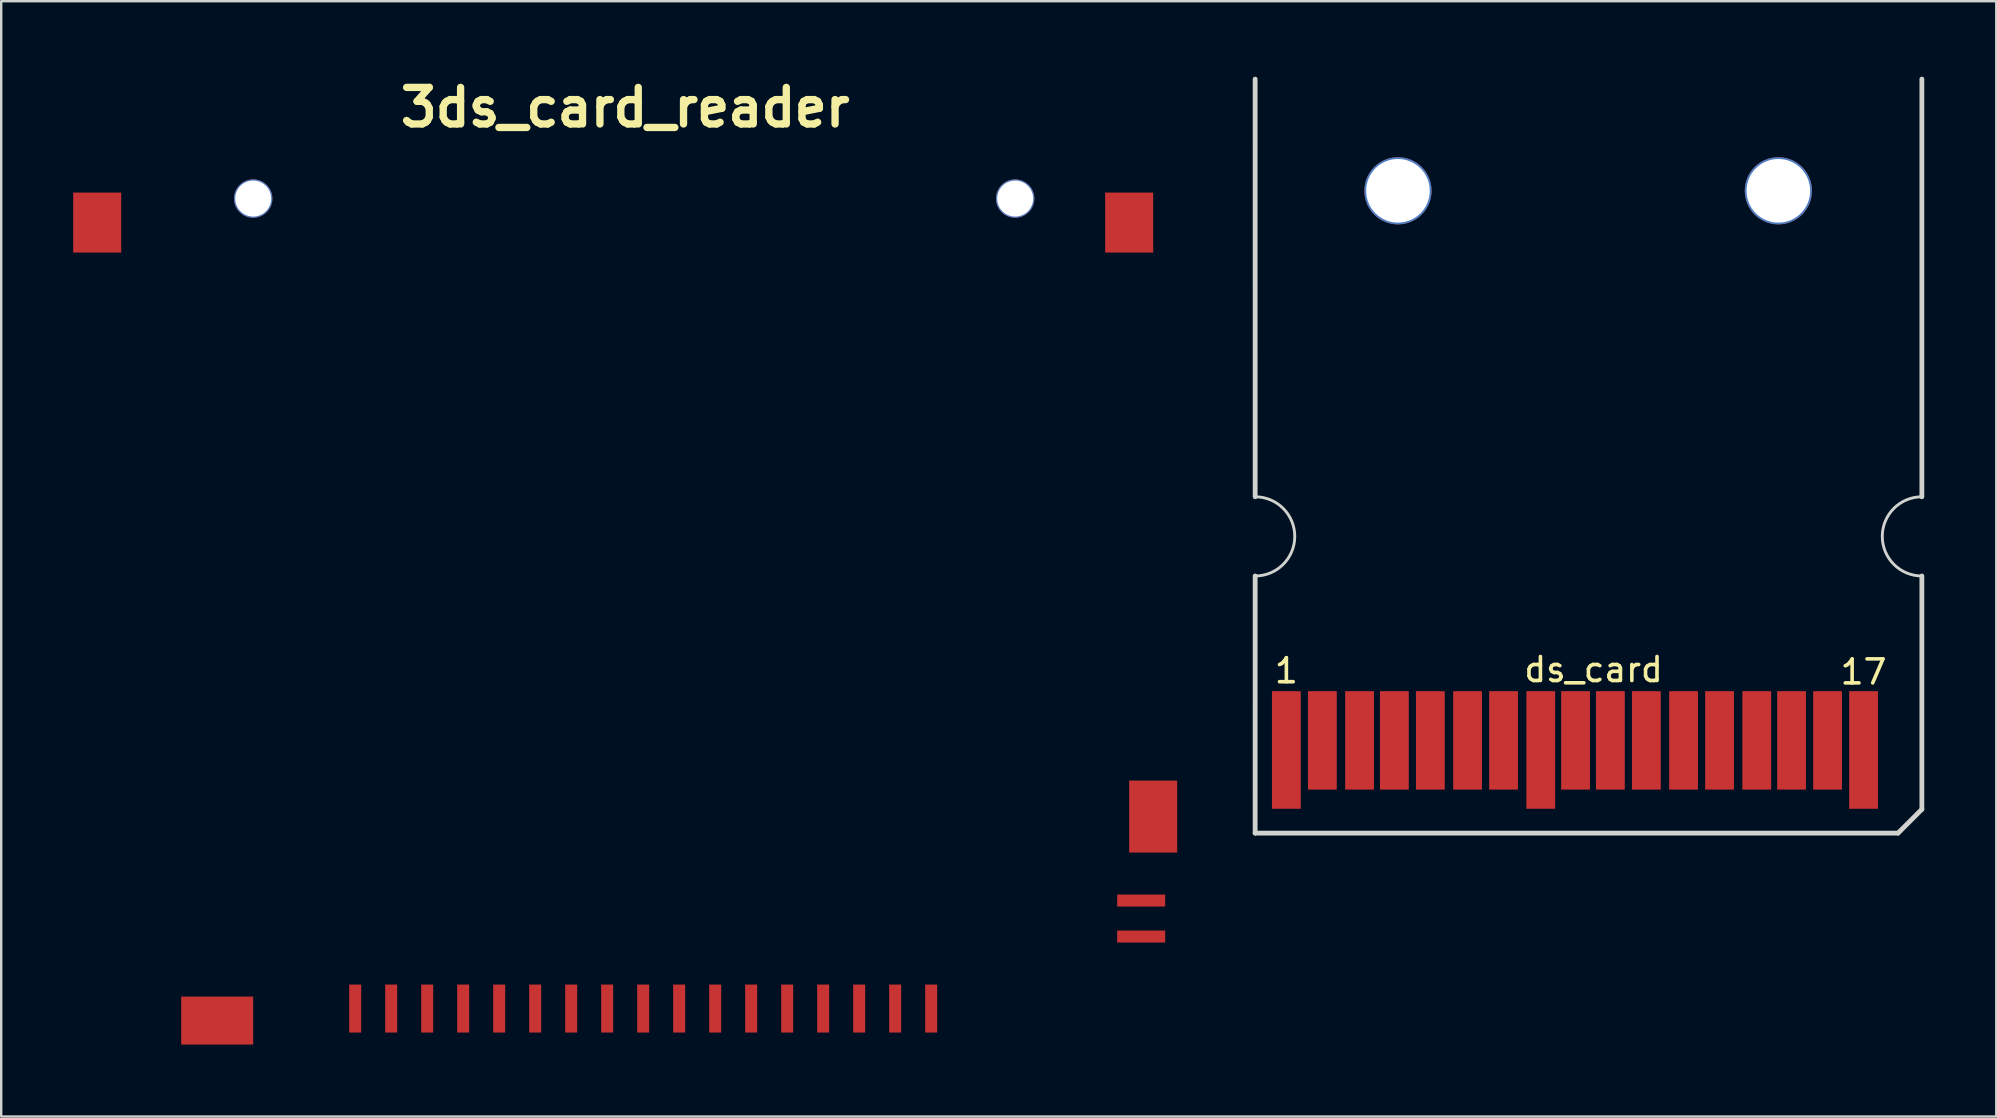
<source format=kicad_pcb>
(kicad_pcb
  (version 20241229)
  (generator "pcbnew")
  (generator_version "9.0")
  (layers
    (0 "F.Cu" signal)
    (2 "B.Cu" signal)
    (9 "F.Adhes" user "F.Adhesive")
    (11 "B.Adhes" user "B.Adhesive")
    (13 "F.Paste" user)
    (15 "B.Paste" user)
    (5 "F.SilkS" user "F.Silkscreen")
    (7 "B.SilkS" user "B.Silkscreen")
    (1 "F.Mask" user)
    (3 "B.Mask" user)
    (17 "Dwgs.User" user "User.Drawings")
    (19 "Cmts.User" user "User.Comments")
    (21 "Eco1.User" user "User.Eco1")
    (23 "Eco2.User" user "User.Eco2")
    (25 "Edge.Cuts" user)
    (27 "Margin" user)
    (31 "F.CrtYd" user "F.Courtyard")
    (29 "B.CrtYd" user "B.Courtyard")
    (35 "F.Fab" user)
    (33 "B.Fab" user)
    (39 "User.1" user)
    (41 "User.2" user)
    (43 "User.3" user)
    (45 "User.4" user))
  (footprint "ds_card"
    (layer "F.Cu")
    (at 49.25 0.25)
    (property "Reference" "ds_card" (at 14.1 24.6 0) (layer "F.SilkS") (effects (font (size 1 1) (thickness 0.15))))
    (attr through_hole)
    (fp_poly (pts (xy 27.8 30.4) (xy 26.8 31.4) (xy 0 31.4) (xy 0 25.5) (xy 27.8 25.5)) (stroke (width 0.1) (type solid)) (fill yes) (layer "F.Mask"))
    (fp_line (start -0.001 -0.005) (end 0 17.4) (stroke (width 0.2) (type solid)) (layer "Edge.Cuts"))
    (fp_line (start -0.001 31.414) (end 26.788 31.414) (stroke (width 0.2) (type solid)) (layer "Edge.Cuts"))
    (fp_line (start 0 20.7) (end -0.001 31.414) (stroke (width 0.2) (type solid)) (layer "Edge.Cuts"))
    (fp_line (start 26.788 31.414) (end 27.78 30.422) (stroke (width 0.2) (type solid)) (layer "Edge.Cuts"))
    (fp_line (start 27.78 17.4) (end 27.78 -0.005) (stroke (width 0.2) (type solid)) (layer "Edge.Cuts"))
    (fp_line (start 27.78 30.422) (end 27.78 20.7) (stroke (width 0.2) (type solid)) (layer "Edge.Cuts"))
    (fp_arc (start 0 17.4) (mid 1.65 19.05) (end 0 20.7) (stroke (width 0.12) (type solid)) (layer "Edge.Cuts"))
    (fp_arc (start 27.780209 20.7) (mid 26.130209 19.05) (end 27.780209 17.4) (stroke (width 0.12) (type solid)) (layer "Edge.Cuts"))
    (fp_text user "1" (at 1.3 24.65 0) (layer "F.SilkS") (effects (font (size 1 1) (thickness 0.15))))
    (fp_text user "17" (at 25.35 24.7 0) (layer "F.SilkS") (effects (font (size 1 1) (thickness 0.15))))
    (pad "" np_thru_hole circle (at 5.95 4.65) (size 2.8 2.8) (drill 2.65) (layers "*.Cu" "*.Mask"))
    (pad "" np_thru_hole circle (at 21.8 4.65) (size 2.8 2.8) (drill 2.65) (layers "*.Cu" "*.Mask"))
    (pad "1" smd rect (at 1.3 27.95) (size 1.2 4.9) (layers "F.Cu" "F.Mask" "F.Paste"))
    (pad "2" smd rect (at 2.8 27.55) (size 1.2 4.1) (layers "F.Cu" "F.Mask" "F.Paste"))
    (pad "3" smd rect (at 4.35 27.55) (size 1.2 4.1) (layers "F.Cu" "F.Mask" "F.Paste"))
    (pad "4" smd rect (at 5.8 27.55) (size 1.2 4.1) (layers "F.Cu" "F.Mask" "F.Paste"))
    (pad "5" smd rect (at 7.3 27.55) (size 1.2 4.1) (layers "F.Cu" "F.Mask" "F.Paste"))
    (pad "6" smd rect (at 8.85 27.55) (size 1.2 4.1) (layers "F.Cu" "F.Mask" "F.Paste"))
    (pad "7" smd rect (at 10.35 27.55) (size 1.2 4.1) (layers "F.Cu" "F.Mask" "F.Paste"))
    (pad "8" smd rect (at 11.9 27.95) (size 1.2 4.9) (layers "F.Cu" "F.Mask" "F.Paste"))
    (pad "9" smd rect (at 13.35 27.55) (size 1.2 4.1) (layers "F.Cu" "F.Mask" "F.Paste"))
    (pad "10" smd rect (at 14.8 27.55) (size 1.2 4.1) (layers "F.Cu" "F.Mask" "F.Paste"))
    (pad "11" smd rect (at 16.3 27.55) (size 1.2 4.1) (layers "F.Cu" "F.Mask" "F.Paste"))
    (pad "12" smd rect (at 17.85 27.55) (size 1.2 4.1) (layers "F.Cu" "F.Mask" "F.Paste"))
    (pad "13" smd rect (at 19.35 27.55) (size 1.2 4.1) (layers "F.Cu" "F.Mask" "F.Paste"))
    (pad "14" smd rect (at 20.9 27.55) (size 1.2 4.1) (layers "F.Cu" "F.Mask" "F.Paste"))
    (pad "15" smd rect (at 22.35 27.55) (size 1.2 4.1) (layers "F.Cu" "F.Mask" "F.Paste"))
    (pad "16" smd rect (at 23.85 27.55) (size 1.2 4.1) (layers "F.Cu" "F.Mask" "F.Paste"))
    (pad "17" smd rect (at 25.35 27.95) (size 1.2 4.9) (layers "F.Cu" "F.Mask" "F.Paste")))
  (footprint "3ds_card_reader"
    (layer "F.Cu")
    (at 23 22.474)
    (property "Reference" "3ds_card_reader" (at 0 -21.048 0) (layer "F.SilkS") (effects (font (size 1.524 1.524) (thickness 0.305))))
    (attr smd)
    (pad "" np_thru_hole circle (at -15.5 -17.25 90) (size 1.6 1.6) (drill 1.5) (layers "*.Cu" "*.Mask"))
    (pad "" np_thru_hole circle (at 16.25 -17.25 90) (size 1.6 1.6) (drill 1.5) (layers "*.Cu" "*.Mask"))
    (pad "1" smd rect (at 12.75 16.5) (size 0.5 2) (layers "F.Cu" "F.Mask" "F.Paste"))
    (pad "2" smd rect (at 11.25 16.5) (size 0.5 2) (layers "F.Cu" "F.Mask" "F.Paste"))
    (pad "3" smd rect (at 9.75 16.5) (size 0.5 2) (layers "F.Cu" "F.Mask" "F.Paste"))
    (pad "4" smd rect (at 8.25 16.5) (size 0.5 2) (layers "F.Cu" "F.Mask" "F.Paste"))
    (pad "5" smd rect (at 6.75 16.5) (size 0.5 2) (layers "F.Cu" "F.Mask" "F.Paste"))
    (pad "6" smd rect (at 5.25 16.5) (size 0.5 2) (layers "F.Cu" "F.Mask" "F.Paste"))
    (pad "7" smd rect (at 3.75 16.5) (size 0.5 2) (layers "F.Cu" "F.Mask" "F.Paste"))
    (pad "8" smd rect (at 2.25 16.5) (size 0.5 2) (layers "F.Cu" "F.Mask" "F.Paste"))
    (pad "9" smd rect (at 0.75 16.5) (size 0.5 2) (layers "F.Cu" "F.Mask" "F.Paste"))
    (pad "10" smd rect (at -0.75 16.5) (size 0.5 2) (layers "F.Cu" "F.Mask" "F.Paste"))
    (pad "11" smd rect (at -2.25 16.5) (size 0.5 2) (layers "F.Cu" "F.Mask" "F.Paste"))
    (pad "12" smd rect (at -3.75 16.5) (size 0.5 2) (layers "F.Cu" "F.Mask" "F.Paste"))
    (pad "13" smd rect (at -5.25 16.5) (size 0.5 2) (layers "F.Cu" "F.Mask" "F.Paste"))
    (pad "14" smd rect (at -6.75 16.5) (size 0.5 2) (layers "F.Cu" "F.Mask" "F.Paste"))
    (pad "15" smd rect (at -8.25 16.5) (size 0.5 2) (layers "F.Cu" "F.Mask" "F.Paste"))
    (pad "16" smd rect (at -9.75 16.5) (size 0.5 2) (layers "F.Cu" "F.Mask" "F.Paste"))
    (pad "17" smd rect (at -11.25 16.5) (size 0.5 2) (layers "F.Cu" "F.Mask" "F.Paste"))
    (pad "18" smd rect (at 21.5 13.5 90) (size 0.5 2) (layers "F.Cu" "F.Mask" "F.Paste"))
    (pad "19" smd rect (at 21.5 12 90) (size 0.5 2) (layers "F.Cu" "F.Mask" "F.Paste"))
    (pad "20" smd rect (at -22 -16.25 180) (size 2 2.5) (layers "F.Cu" "F.Mask" "F.Paste"))
    (pad "20" smd rect (at -17 17 90) (size 2 3) (layers "F.Cu" "F.Mask" "F.Paste"))
    (pad "20" smd rect (at 21 -16.25 180) (size 2 2.5) (layers "F.Cu" "F.Mask" "F.Paste"))
    (pad "20" smd rect (at 22 8.5 180) (size 2 3) (layers "F.Cu" "F.Mask" "F.Paste")))
  (gr_rect
    (start -3 -3)
    (end 80.13 43.474)
    (stroke (width 0.1) (type default))
    (fill no)
    (layer "Edge.Cuts")))
</source>
